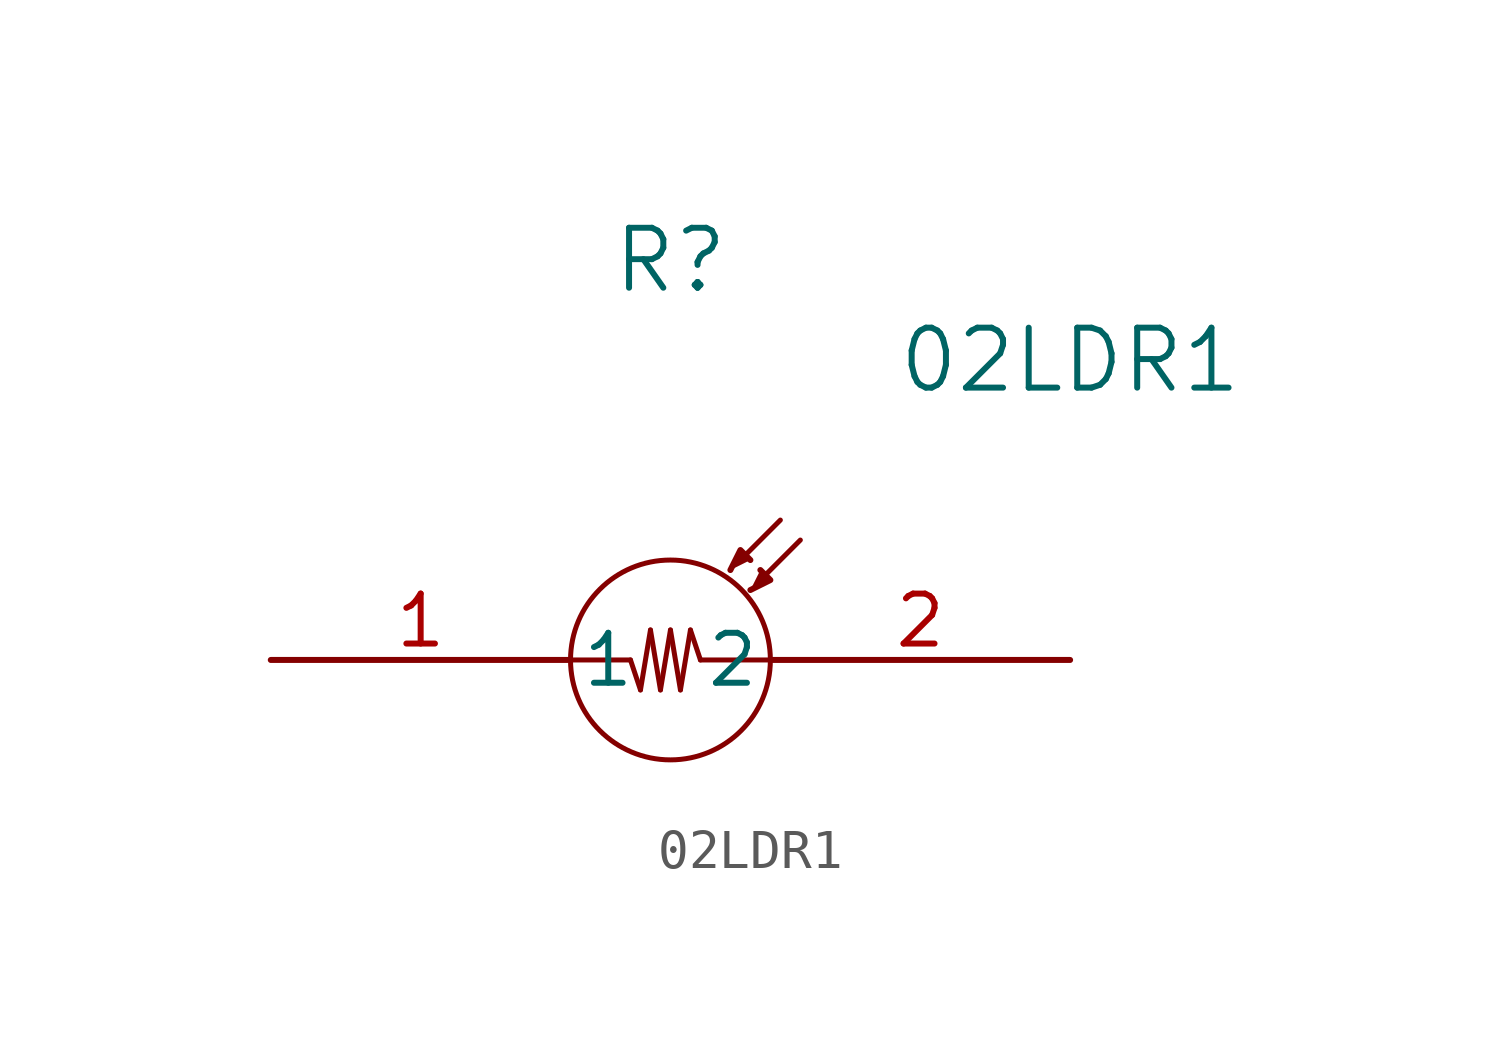
<source format=kicad_sym>
(kicad_symbol_lib
  (version 20211014)
  (generator kicad_symbol_editor)
  (symbol "02LDR1"
    (pin_names
      (offset 0.254))
    (property "Reference" "R"
      (at 10.16 10.16 0)
      (effects (font (size 1.524 1.524))))
    (property "Value" "02LDR1"
      (at 20.32 7.62 0)
      (effects (font (size 1.524 1.524))))
    (symbol "02LDR1_0_1"
      (circle (center 10.16 0) (radius 2.54) (stroke (width 0.127) (type default) (color 0 0 0 0)) (fill (type none)))
      (polyline (pts (xy 7.62 0) (xy 9.144 0)) (stroke (width 0.127) (type default) (color 0 0 0 0)) (fill (type none)))
      (polyline (pts (xy 9.144 0) (xy 9.398 -0.762)) (stroke (width 0.127) (type default) (color 0 0 0 0)) (fill (type none)))
      (polyline (pts (xy 9.398 -0.762) (xy 9.652 0.762)) (stroke (width 0.127) (type default) (color 0 0 0 0)) (fill (type none)))
      (polyline (pts (xy 9.652 0.762) (xy 9.906 -0.762)) (stroke (width 0.127) (type default) (color 0 0 0 0)) (fill (type none)))
      (polyline (pts (xy 9.906 -0.762) (xy 10.16 0.762)) (stroke (width 0.127) (type default) (color 0 0 0 0)) (fill (type none)))
      (polyline (pts (xy 10.16 0.762) (xy 10.414 -0.762)) (stroke (width 0.127) (type default) (color 0 0 0 0)) (fill (type none)))
      (polyline (pts (xy 10.414 -0.762) (xy 10.668 0.762)) (stroke (width 0.127) (type default) (color 0 0 0 0)) (fill (type none)))
      (polyline (pts (xy 10.668 0.762) (xy 10.922 0)) (stroke (width 0.127) (type default) (color 0 0 0 0)) (fill (type none)))
      (polyline (pts (xy 10.922 0) (xy 12.7 0)) (stroke (width 0.127) (type default) (color 0 0 0 0)) (fill (type none)))
      (polyline (pts (xy 12.954 3.556) (xy 11.938 2.54)) (stroke (width 0.127) (type default) (color 0 0 0 0)) (fill (type none)))
      (polyline (pts (xy 12.446 2.032) (xy 13.462 3.048)) (stroke (width 0.127) (type default) (color 0 0 0 0)) (fill (type none)))
      (polyline (pts (xy 11.684 2.286) (xy 11.938 2.794) (xy 12.192 2.54)) (stroke (width 0) (type default) (color 0 0 0 0)) (fill (type outline)))
      (polyline (pts (xy 12.446 2.286) (xy 12.7 2.032) (xy 12.192 1.778)) (stroke (width 0) (type default) (color 0 0 0 0)) (fill (type outline)))
      (pin unspecified line (at 0 0 0) (length 7.62) (name "1" (effects (font (size 1.27 1.27)))) (number "1" (effects (font (size 1.27 1.27)))))
      (pin unspecified line (at 20.32 0 180) (length 7.62) (name "2" (effects (font (size 1.27 1.27)))) (number "2" (effects (font (size 1.27 1.27))))))))
</source>
